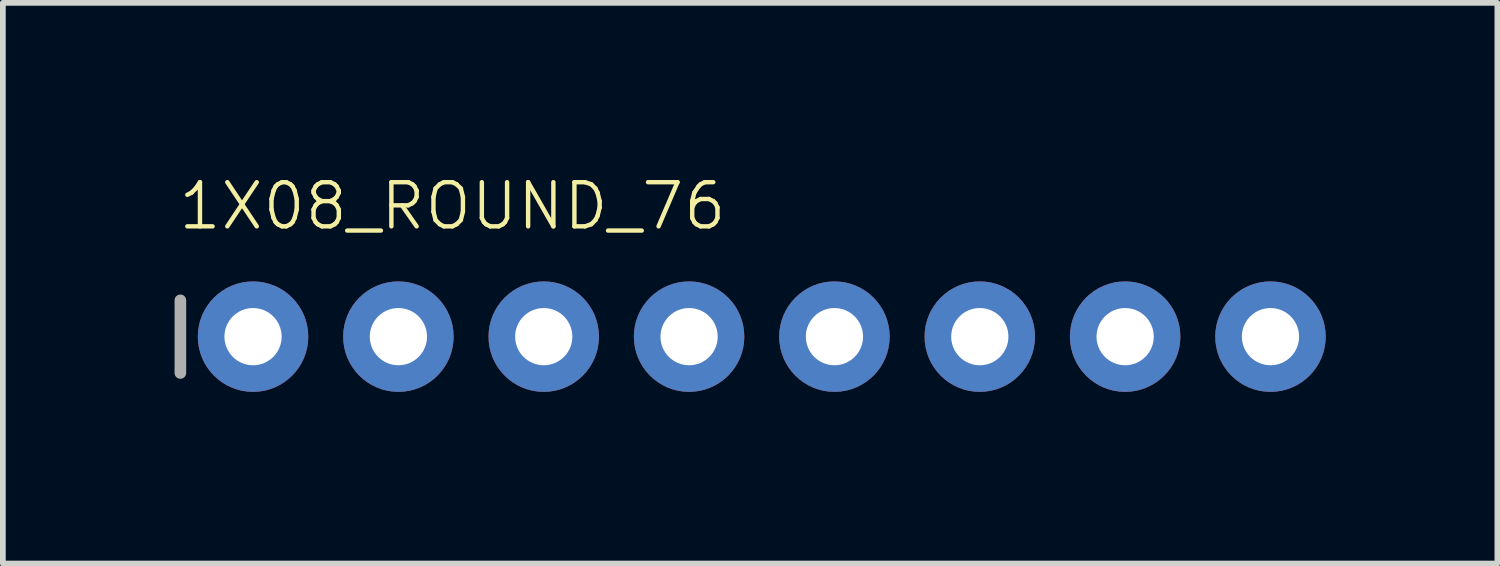
<source format=kicad_pcb>
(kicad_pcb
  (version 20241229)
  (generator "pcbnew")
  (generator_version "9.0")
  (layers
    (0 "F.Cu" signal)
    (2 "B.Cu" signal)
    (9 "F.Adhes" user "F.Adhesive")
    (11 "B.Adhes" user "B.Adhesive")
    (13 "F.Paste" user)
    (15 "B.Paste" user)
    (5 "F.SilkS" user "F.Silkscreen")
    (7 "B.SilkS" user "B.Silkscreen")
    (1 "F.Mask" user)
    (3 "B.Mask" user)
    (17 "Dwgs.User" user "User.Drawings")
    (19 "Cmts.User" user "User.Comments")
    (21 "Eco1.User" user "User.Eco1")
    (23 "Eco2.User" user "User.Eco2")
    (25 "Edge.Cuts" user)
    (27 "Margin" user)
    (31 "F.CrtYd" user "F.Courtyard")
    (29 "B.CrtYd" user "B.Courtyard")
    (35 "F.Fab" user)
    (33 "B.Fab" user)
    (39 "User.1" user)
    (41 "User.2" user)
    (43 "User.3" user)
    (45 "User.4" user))
  (footprint "1X08_ROUND_76"
    (layer "F.Cu")
    (at 10.262 2.833)
    (property "Reference" "1X08_ROUND_76" (at -10.236 -1.829 180) (layer "F.SilkS") (effects (font (size 0.772 0.772) (thickness 0.077)) (justify left bottom)))
    (attr through_hole)
    (fp_line (start -10.16 -0.635) (end -10.16 0.635) (stroke (width 0.203) (type solid)) (layer "F.Fab"))
    (fp_poly (pts (xy -9.144 0.254) (xy -8.636 0.254) (xy -8.636 -0.254) (xy -9.144 -0.254)) (stroke (width 0.1) (type solid)) (fill no) (layer "F.Fab"))
    (fp_poly (pts (xy -6.604 0.254) (xy -6.096 0.254) (xy -6.096 -0.254) (xy -6.604 -0.254)) (stroke (width 0.1) (type solid)) (fill no) (layer "F.Fab"))
    (fp_poly (pts (xy -4.064 0.254) (xy -3.556 0.254) (xy -3.556 -0.254) (xy -4.064 -0.254)) (stroke (width 0.1) (type solid)) (fill no) (layer "F.Fab"))
    (fp_poly (pts (xy -1.524 0.254) (xy -1.016 0.254) (xy -1.016 -0.254) (xy -1.524 -0.254)) (stroke (width 0.1) (type solid)) (fill no) (layer "F.Fab"))
    (fp_poly (pts (xy 1.016 0.254) (xy 1.524 0.254) (xy 1.524 -0.254) (xy 1.016 -0.254)) (stroke (width 0.1) (type solid)) (fill no) (layer "F.Fab"))
    (fp_poly (pts (xy 3.556 0.254) (xy 4.064 0.254) (xy 4.064 -0.254) (xy 3.556 -0.254)) (stroke (width 0.1) (type solid)) (fill no) (layer "F.Fab"))
    (fp_poly (pts (xy 6.096 0.254) (xy 6.604 0.254) (xy 6.604 -0.254) (xy 6.096 -0.254)) (stroke (width 0.1) (type solid)) (fill no) (layer "F.Fab"))
    (fp_poly (pts (xy 8.636 0.254) (xy 9.144 0.254) (xy 9.144 -0.254) (xy 8.636 -0.254)) (stroke (width 0.1) (type solid)) (fill no) (layer "F.Fab"))
    (pad "1" thru_hole circle (at -8.89 0 90) (size 1.93 1.93) (drill 1) (layers "*.Cu" "*.Mask"))
    (pad "2" thru_hole circle (at -6.35 0 90) (size 1.93 1.93) (drill 1) (layers "*.Cu" "*.Mask"))
    (pad "3" thru_hole circle (at -3.81 0 90) (size 1.93 1.93) (drill 1) (layers "*.Cu" "*.Mask"))
    (pad "4" thru_hole circle (at -1.27 0 90) (size 1.93 1.93) (drill 1) (layers "*.Cu" "*.Mask"))
    (pad "5" thru_hole circle (at 1.27 0 90) (size 1.93 1.93) (drill 1) (layers "*.Cu" "*.Mask"))
    (pad "6" thru_hole circle (at 3.81 0 90) (size 1.93 1.93) (drill 1) (layers "*.Cu" "*.Mask"))
    (pad "7" thru_hole circle (at 6.35 0 90) (size 1.93 1.93) (drill 1) (layers "*.Cu" "*.Mask"))
    (pad "8" thru_hole circle (at 8.89 0 90) (size 1.93 1.93) (drill 1) (layers "*.Cu" "*.Mask")))
  (gr_rect
    (start -3 -3)
    (end 23.117 6.798)
    (stroke (width 0.1) (type default))
    (fill no)
    (layer "Edge.Cuts")))
</source>
